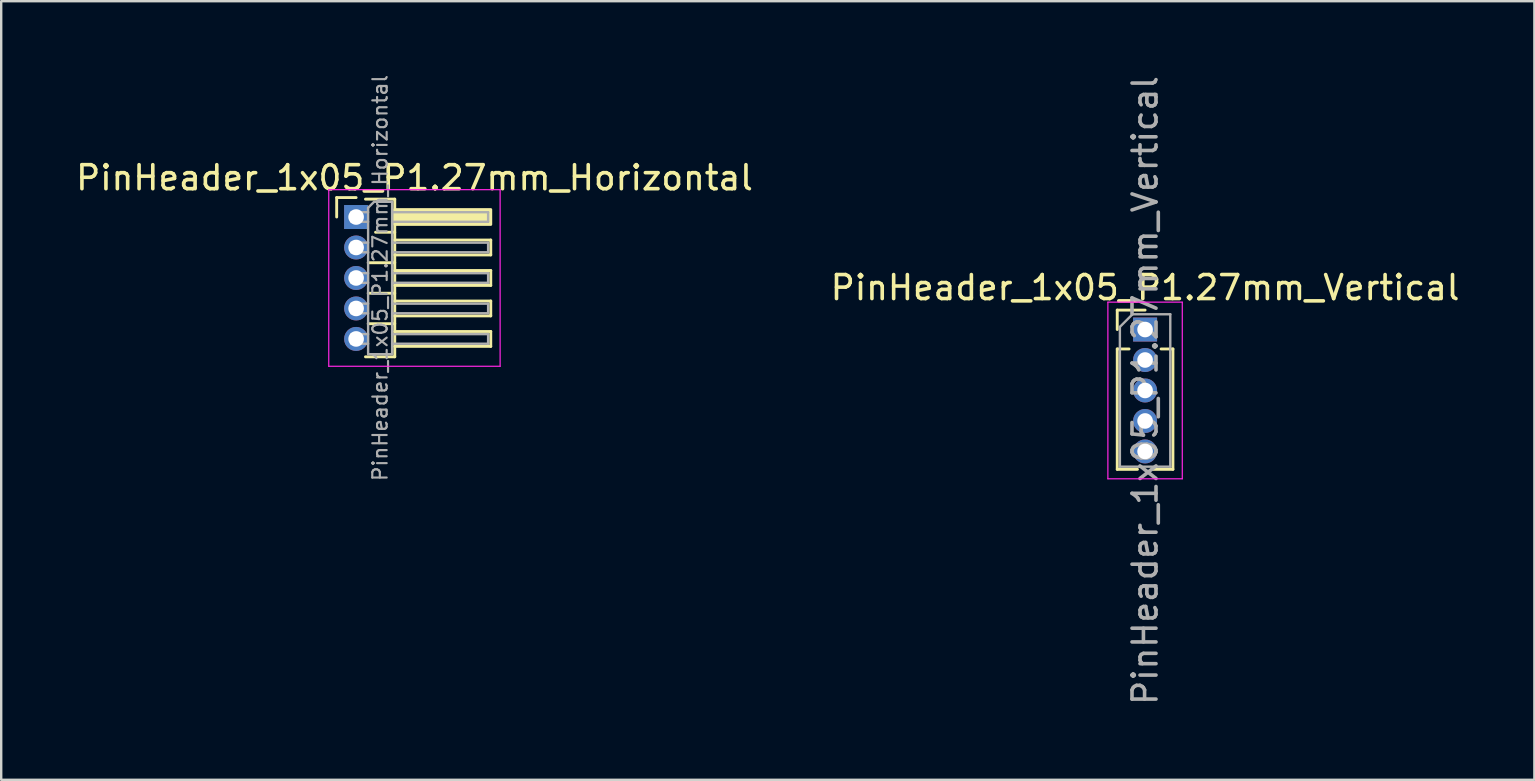
<source format=kicad_pcb>
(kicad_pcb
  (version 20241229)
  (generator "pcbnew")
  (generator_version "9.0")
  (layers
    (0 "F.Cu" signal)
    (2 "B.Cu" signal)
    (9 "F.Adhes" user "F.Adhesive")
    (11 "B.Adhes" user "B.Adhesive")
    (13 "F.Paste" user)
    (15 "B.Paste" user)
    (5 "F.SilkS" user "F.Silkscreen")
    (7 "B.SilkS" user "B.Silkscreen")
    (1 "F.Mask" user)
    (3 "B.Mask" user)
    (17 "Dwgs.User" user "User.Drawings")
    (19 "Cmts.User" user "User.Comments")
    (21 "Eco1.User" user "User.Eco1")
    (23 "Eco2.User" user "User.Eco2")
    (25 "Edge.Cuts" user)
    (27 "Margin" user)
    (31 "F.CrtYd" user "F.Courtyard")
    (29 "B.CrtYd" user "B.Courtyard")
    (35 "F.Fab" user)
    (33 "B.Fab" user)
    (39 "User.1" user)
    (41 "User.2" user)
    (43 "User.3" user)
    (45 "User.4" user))
  (footprint "PinHeader_1x05_P1.27mm_Horizontal"
    (layer "F.Cu")
    (at 11.788 5.992)
    (property "Reference" "PinHeader_1x05_P1.27mm_Horizontal" (at 2.433 -1.635 0) (layer "F.SilkS") (effects (font (size 1 1) (thickness 0.15))))
    (attr through_hole)
    (fp_line (start -0.81 -0.81) (end 0 -0.81) (stroke (width 0.12) (type solid)) (layer "F.SilkS"))
    (fp_line (start -0.81 0) (end -0.81 -0.81) (stroke (width 0.12) (type solid)) (layer "F.SilkS"))
    (fp_line (start 0.39 -0.745) (end 1.61 -0.745) (stroke (width 0.12) (type solid)) (layer "F.SilkS"))
    (fp_line (start 0.503 1.905) (end 1.61 1.905) (stroke (width 0.12) (type solid)) (layer "F.SilkS"))
    (fp_line (start 0.503 3.175) (end 1.61 3.175) (stroke (width 0.12) (type solid)) (layer "F.SilkS"))
    (fp_line (start 0.503 4.445) (end 1.61 4.445) (stroke (width 0.12) (type solid)) (layer "F.SilkS"))
    (fp_line (start 0.81 0.635) (end 1.61 0.635) (stroke (width 0.12) (type solid)) (layer "F.SilkS"))
    (fp_line (start 1.61 -0.745) (end 1.61 5.825) (stroke (width 0.12) (type solid)) (layer "F.SilkS"))
    (fp_line (start 1.61 0.96) (end 5.61 0.96) (stroke (width 0.12) (type solid)) (layer "F.SilkS"))
    (fp_line (start 1.61 2.23) (end 5.61 2.23) (stroke (width 0.12) (type solid)) (layer "F.SilkS"))
    (fp_line (start 1.61 3.5) (end 5.61 3.5) (stroke (width 0.12) (type solid)) (layer "F.SilkS"))
    (fp_line (start 1.61 4.77) (end 5.61 4.77) (stroke (width 0.12) (type solid)) (layer "F.SilkS"))
    (fp_line (start 1.61 5.825) (end 0.39 5.825) (stroke (width 0.12) (type solid)) (layer "F.SilkS"))
    (fp_line (start 5.61 0.96) (end 5.61 1.58) (stroke (width 0.12) (type solid)) (layer "F.SilkS"))
    (fp_line (start 5.61 1.58) (end 1.61 1.58) (stroke (width 0.12) (type solid)) (layer "F.SilkS"))
    (fp_line (start 5.61 2.23) (end 5.61 2.85) (stroke (width 0.12) (type solid)) (layer "F.SilkS"))
    (fp_line (start 5.61 2.85) (end 1.61 2.85) (stroke (width 0.12) (type solid)) (layer "F.SilkS"))
    (fp_line (start 5.61 3.5) (end 5.61 4.12) (stroke (width 0.12) (type solid)) (layer "F.SilkS"))
    (fp_line (start 5.61 4.12) (end 1.61 4.12) (stroke (width 0.12) (type solid)) (layer "F.SilkS"))
    (fp_line (start 5.61 4.77) (end 5.61 5.39) (stroke (width 0.12) (type solid)) (layer "F.SilkS"))
    (fp_line (start 5.61 5.39) (end 1.61 5.39) (stroke (width 0.12) (type solid)) (layer "F.SilkS"))
    (fp_rect (start 1.61 -0.31) (end 5.61 0.31) (stroke (width 0.12) (type solid)) (fill yes) (layer "F.SilkS"))
    (fp_line (start -1.14 -1.14) (end -1.14 6.22) (stroke (width 0.05) (type solid)) (layer "F.CrtYd"))
    (fp_line (start -1.14 6.22) (end 6 6.22) (stroke (width 0.05) (type solid)) (layer "F.CrtYd"))
    (fp_line (start 6 -1.14) (end -1.14 -1.14) (stroke (width 0.05) (type solid)) (layer "F.CrtYd"))
    (fp_line (start 6 6.22) (end 6 -1.14) (stroke (width 0.05) (type solid)) (layer "F.CrtYd"))
    (fp_line (start -0.2 -0.2) (end -0.2 0.2) (stroke (width 0.1) (type solid)) (layer "F.Fab"))
    (fp_line (start -0.2 -0.2) (end 0.5 -0.2) (stroke (width 0.1) (type solid)) (layer "F.Fab"))
    (fp_line (start -0.2 0.2) (end 0.5 0.2) (stroke (width 0.1) (type solid)) (layer "F.Fab"))
    (fp_line (start -0.2 1.07) (end -0.2 1.47) (stroke (width 0.1) (type solid)) (layer "F.Fab"))
    (fp_line (start -0.2 1.07) (end 0.5 1.07) (stroke (width 0.1) (type solid)) (layer "F.Fab"))
    (fp_line (start -0.2 1.47) (end 0.5 1.47) (stroke (width 0.1) (type solid)) (layer "F.Fab"))
    (fp_line (start -0.2 2.34) (end -0.2 2.74) (stroke (width 0.1) (type solid)) (layer "F.Fab"))
    (fp_line (start -0.2 2.34) (end 0.5 2.34) (stroke (width 0.1) (type solid)) (layer "F.Fab"))
    (fp_line (start -0.2 2.74) (end 0.5 2.74) (stroke (width 0.1) (type solid)) (layer "F.Fab"))
    (fp_line (start -0.2 3.61) (end -0.2 4.01) (stroke (width 0.1) (type solid)) (layer "F.Fab"))
    (fp_line (start -0.2 3.61) (end 0.5 3.61) (stroke (width 0.1) (type solid)) (layer "F.Fab"))
    (fp_line (start -0.2 4.01) (end 0.5 4.01) (stroke (width 0.1) (type solid)) (layer "F.Fab"))
    (fp_line (start -0.2 4.88) (end -0.2 5.28) (stroke (width 0.1) (type solid)) (layer "F.Fab"))
    (fp_line (start -0.2 4.88) (end 0.5 4.88) (stroke (width 0.1) (type solid)) (layer "F.Fab"))
    (fp_line (start -0.2 5.28) (end 0.5 5.28) (stroke (width 0.1) (type solid)) (layer "F.Fab"))
    (fp_line (start 0.5 -0.385) (end 0.75 -0.635) (stroke (width 0.1) (type solid)) (layer "F.Fab"))
    (fp_line (start 0.5 5.715) (end 0.5 -0.385) (stroke (width 0.1) (type solid)) (layer "F.Fab"))
    (fp_line (start 0.75 -0.635) (end 1.5 -0.635) (stroke (width 0.1) (type solid)) (layer "F.Fab"))
    (fp_line (start 1.5 -0.635) (end 1.5 5.715) (stroke (width 0.1) (type solid)) (layer "F.Fab"))
    (fp_line (start 1.5 -0.2) (end 5.5 -0.2) (stroke (width 0.1) (type solid)) (layer "F.Fab"))
    (fp_line (start 1.5 0.2) (end 5.5 0.2) (stroke (width 0.1) (type solid)) (layer "F.Fab"))
    (fp_line (start 1.5 1.07) (end 5.5 1.07) (stroke (width 0.1) (type solid)) (layer "F.Fab"))
    (fp_line (start 1.5 1.47) (end 5.5 1.47) (stroke (width 0.1) (type solid)) (layer "F.Fab"))
    (fp_line (start 1.5 2.34) (end 5.5 2.34) (stroke (width 0.1) (type solid)) (layer "F.Fab"))
    (fp_line (start 1.5 2.74) (end 5.5 2.74) (stroke (width 0.1) (type solid)) (layer "F.Fab"))
    (fp_line (start 1.5 3.61) (end 5.5 3.61) (stroke (width 0.1) (type solid)) (layer "F.Fab"))
    (fp_line (start 1.5 4.01) (end 5.5 4.01) (stroke (width 0.1) (type solid)) (layer "F.Fab"))
    (fp_line (start 1.5 4.88) (end 5.5 4.88) (stroke (width 0.1) (type solid)) (layer "F.Fab"))
    (fp_line (start 1.5 5.28) (end 5.5 5.28) (stroke (width 0.1) (type solid)) (layer "F.Fab"))
    (fp_line (start 1.5 5.715) (end 0.5 5.715) (stroke (width 0.1) (type solid)) (layer "F.Fab"))
    (fp_line (start 5.5 -0.2) (end 5.5 0.2) (stroke (width 0.1) (type solid)) (layer "F.Fab"))
    (fp_line (start 5.5 1.07) (end 5.5 1.47) (stroke (width 0.1) (type solid)) (layer "F.Fab"))
    (fp_line (start 5.5 2.34) (end 5.5 2.74) (stroke (width 0.1) (type solid)) (layer "F.Fab"))
    (fp_line (start 5.5 3.61) (end 5.5 4.01) (stroke (width 0.1) (type solid)) (layer "F.Fab"))
    (fp_line (start 5.5 4.88) (end 5.5 5.28) (stroke (width 0.1) (type solid)) (layer "F.Fab"))
    (fp_text user "${REFERENCE}" (at 1 2.54 90) (layer "F.Fab") (effects (font (size 0.6 0.6) (thickness 0.09))))
    (pad "1" thru_hole rect (at 0 0) (size 1 1) (drill 0.65) (layers "*.Cu" "*.Mask"))
    (pad "2" thru_hole circle (at 0 1.27) (size 1 1) (drill 0.65) (layers "*.Cu" "*.Mask"))
    (pad "3" thru_hole circle (at 0 2.54) (size 1 1) (drill 0.65) (layers "*.Cu" "*.Mask"))
    (pad "4" thru_hole circle (at 0 3.81) (size 1 1) (drill 0.65) (layers "*.Cu" "*.Mask"))
    (pad "5" thru_hole circle (at 0 5.08) (size 1 1) (drill 0.65) (layers "*.Cu" "*.Mask")))
  (footprint "PinHeader_1x05_P1.27mm_Vertical"
    (layer "F.Cu")
    (at 44.661 10.68)
    (property "Reference" "PinHeader_1x05_P1.27mm_Vertical" (at 0 -1.745 0) (layer "F.SilkS") (effects (font (size 1 1) (thickness 0.15))))
    (attr through_hole)
    (fp_line (start -1.16 -0.81) (end 0 -0.81) (stroke (width 0.12) (type solid)) (layer "F.SilkS"))
    (fp_line (start -1.16 0) (end -1.16 -0.81) (stroke (width 0.12) (type solid)) (layer "F.SilkS"))
    (fp_line (start -1.16 0.81) (end -1.16 5.825) (stroke (width 0.12) (type solid)) (layer "F.SilkS"))
    (fp_line (start -1.16 0.81) (end -0.667 0.81) (stroke (width 0.12) (type solid)) (layer "F.SilkS"))
    (fp_line (start -1.16 5.825) (end -0.318 5.825) (stroke (width 0.12) (type solid)) (layer "F.SilkS"))
    (fp_line (start 0.318 5.825) (end 1.16 5.825) (stroke (width 0.12) (type solid)) (layer "F.SilkS"))
    (fp_line (start 0.667 0.81) (end 1.16 0.81) (stroke (width 0.12) (type solid)) (layer "F.SilkS"))
    (fp_line (start 1.16 0.81) (end 1.16 5.825) (stroke (width 0.12) (type solid)) (layer "F.SilkS"))
    (fp_line (start -1.55 -1.14) (end -1.55 6.22) (stroke (width 0.05) (type solid)) (layer "F.CrtYd"))
    (fp_line (start -1.55 6.22) (end 1.55 6.22) (stroke (width 0.05) (type solid)) (layer "F.CrtYd"))
    (fp_line (start 1.55 -1.14) (end -1.55 -1.14) (stroke (width 0.05) (type solid)) (layer "F.CrtYd"))
    (fp_line (start 1.55 6.22) (end 1.55 -1.14) (stroke (width 0.05) (type solid)) (layer "F.CrtYd"))
    (fp_line (start -1.05 -0.11) (end -0.525 -0.635) (stroke (width 0.1) (type solid)) (layer "F.Fab"))
    (fp_line (start -1.05 5.715) (end -1.05 -0.11) (stroke (width 0.1) (type solid)) (layer "F.Fab"))
    (fp_line (start -0.525 -0.635) (end 1.05 -0.635) (stroke (width 0.1) (type solid)) (layer "F.Fab"))
    (fp_line (start 1.05 -0.635) (end 1.05 5.715) (stroke (width 0.1) (type solid)) (layer "F.Fab"))
    (fp_line (start 1.05 5.715) (end -1.05 5.715) (stroke (width 0.1) (type solid)) (layer "F.Fab"))
    (fp_text user "${REFERENCE}" (at 0 2.54 90) (layer "F.Fab") (effects (font (size 1 1) (thickness 0.15))))
    (pad "1" thru_hole rect (at 0 0) (size 1 1) (drill 0.65) (layers "*.Cu" "*.Mask"))
    (pad "2" thru_hole circle (at 0 1.27) (size 1 1) (drill 0.65) (layers "*.Cu" "*.Mask"))
    (pad "3" thru_hole circle (at 0 2.54) (size 1 1) (drill 0.65) (layers "*.Cu" "*.Mask"))
    (pad "4" thru_hole circle (at 0 3.81) (size 1 1) (drill 0.65) (layers "*.Cu" "*.Mask"))
    (pad "5" thru_hole circle (at 0 5.08) (size 1 1) (drill 0.65) (layers "*.Cu" "*.Mask")))
  (gr_rect
    (start -3 -3)
    (end 60.881 29.44)
    (stroke (width 0.1) (type default))
    (fill no)
    (layer "Edge.Cuts")))
</source>
